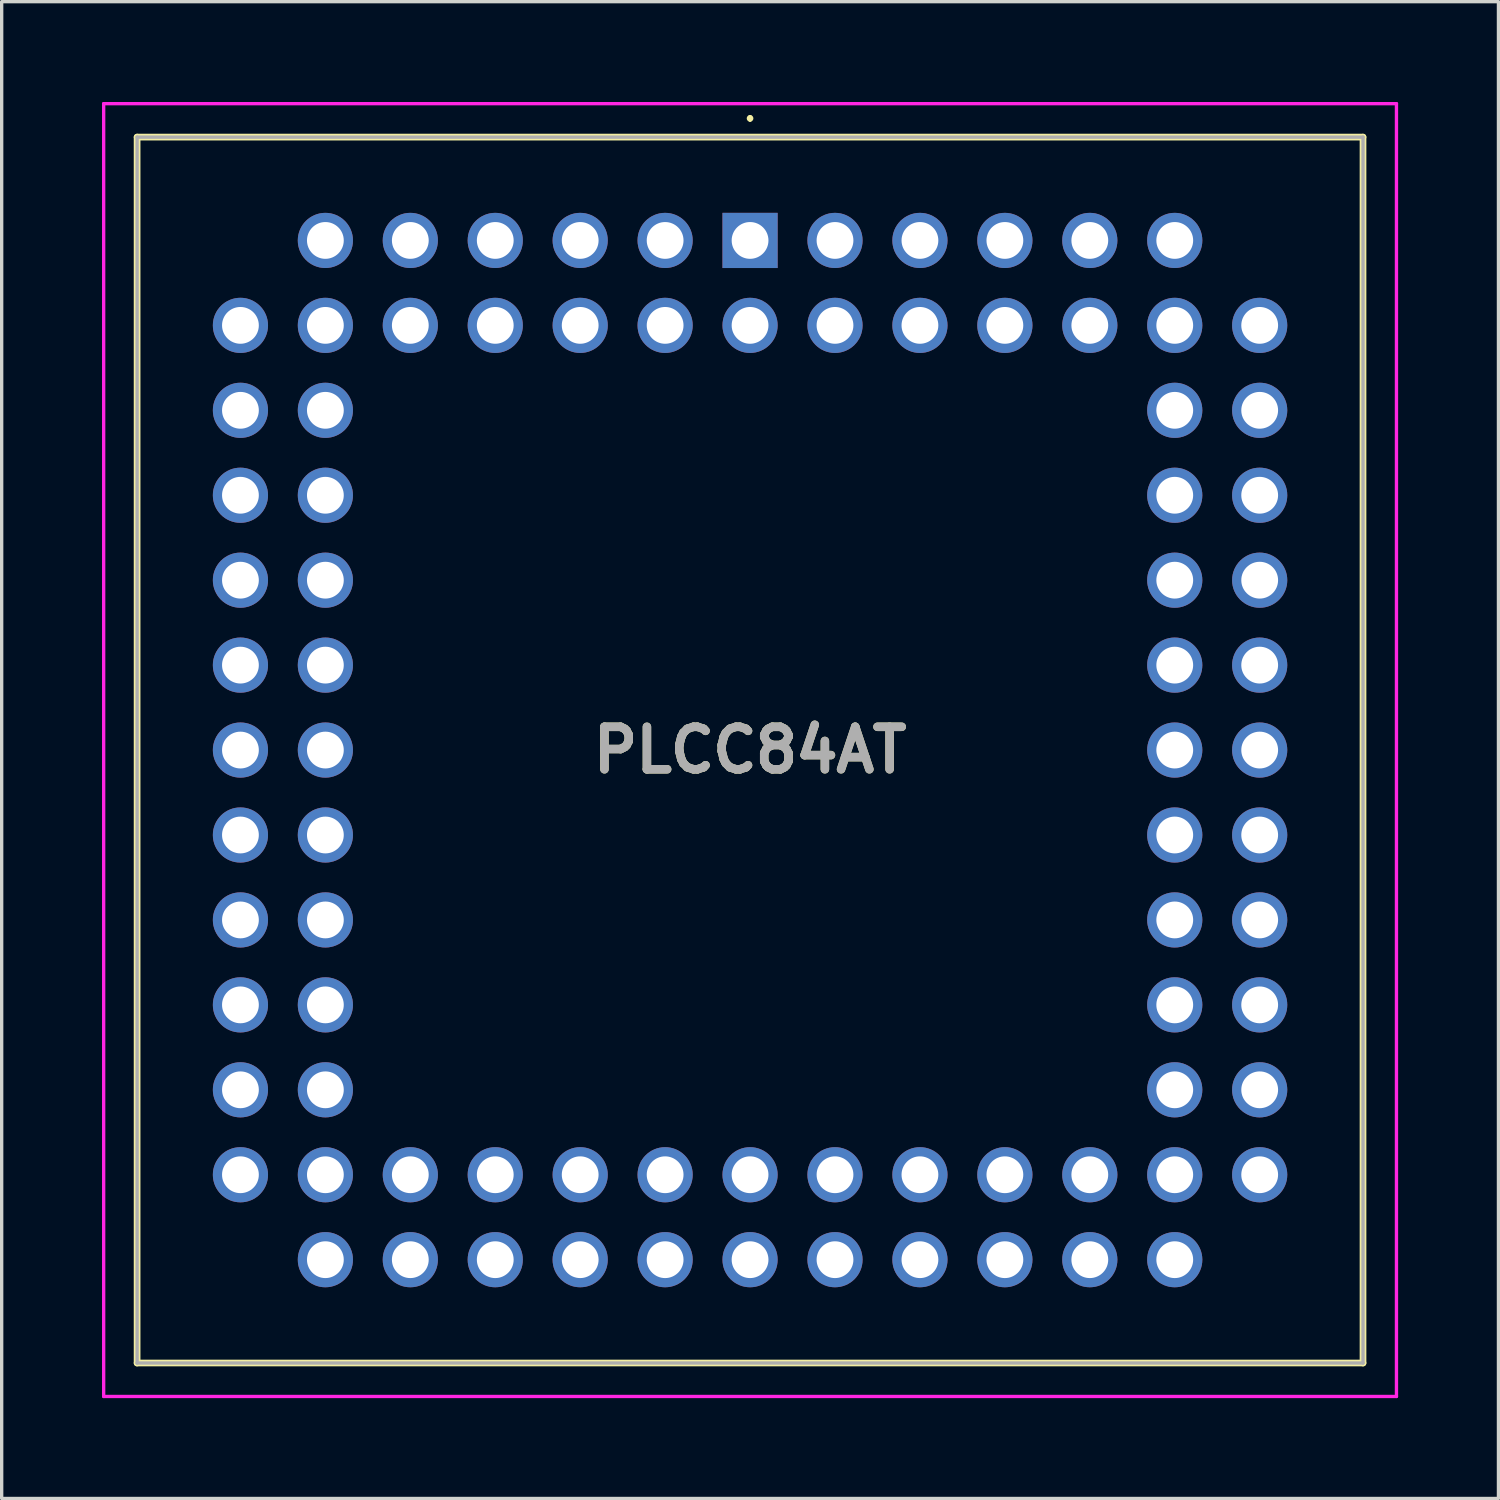
<source format=kicad_pcb>
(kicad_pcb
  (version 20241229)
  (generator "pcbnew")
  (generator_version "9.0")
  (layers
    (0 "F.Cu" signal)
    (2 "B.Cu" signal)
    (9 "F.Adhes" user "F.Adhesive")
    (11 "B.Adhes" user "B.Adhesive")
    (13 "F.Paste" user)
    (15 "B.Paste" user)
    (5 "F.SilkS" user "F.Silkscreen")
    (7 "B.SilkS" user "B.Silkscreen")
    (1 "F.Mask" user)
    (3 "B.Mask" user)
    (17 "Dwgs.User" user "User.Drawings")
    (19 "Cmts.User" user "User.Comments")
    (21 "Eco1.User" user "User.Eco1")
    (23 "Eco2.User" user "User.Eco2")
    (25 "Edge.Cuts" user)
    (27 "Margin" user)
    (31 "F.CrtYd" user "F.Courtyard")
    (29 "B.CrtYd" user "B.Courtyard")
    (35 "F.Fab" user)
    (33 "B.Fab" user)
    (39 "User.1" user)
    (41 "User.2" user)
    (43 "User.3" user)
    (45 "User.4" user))
  (footprint "PLCC84AT"
    (layer "F.Cu")
    (at 19.38 4.14)
    (property "Reference" "PLCC84AT" (at 0 15.24 0) (layer "F.SilkS") (effects (font (size 1.27 1.27) (thickness 0.254))))
    (attr through_hole)
    (fp_line (start -18.33 -3.09) (end 18.33 -3.09) (stroke (width 0.2) (type solid)) (layer "F.SilkS"))
    (fp_line (start -18.33 33.57) (end -18.33 -3.09) (stroke (width 0.2) (type solid)) (layer "F.SilkS"))
    (fp_line (start 0 -3.7) (end 0 -3.7) (stroke (width 0.1) (type solid)) (layer "F.SilkS"))
    (fp_line (start 0 -3.6) (end 0 -3.6) (stroke (width 0.1) (type solid)) (layer "F.SilkS"))
    (fp_line (start 18.33 -3.09) (end 18.33 33.57) (stroke (width 0.2) (type solid)) (layer "F.SilkS"))
    (fp_line (start 18.33 33.57) (end -18.33 33.57) (stroke (width 0.2) (type solid)) (layer "F.SilkS"))
    (fp_arc (start 0 -3.7) (mid 0.05 -3.65) (end 0 -3.6) (stroke (width 0.1) (type solid)) (layer "F.SilkS"))
    (fp_arc (start 0 -3.6) (mid -0.05 -3.65) (end 0 -3.7) (stroke (width 0.1) (type solid)) (layer "F.SilkS"))
    (fp_line (start -19.33 -4.09) (end 19.33 -4.09) (stroke (width 0.1) (type solid)) (layer "F.CrtYd"))
    (fp_line (start -19.33 34.57) (end -19.33 -4.09) (stroke (width 0.1) (type solid)) (layer "F.CrtYd"))
    (fp_line (start 19.33 -4.09) (end 19.33 34.57) (stroke (width 0.1) (type solid)) (layer "F.CrtYd"))
    (fp_line (start 19.33 34.57) (end -19.33 34.57) (stroke (width 0.1) (type solid)) (layer "F.CrtYd"))
    (fp_line (start -18.33 -3.09) (end 18.33 -3.09) (stroke (width 0.1) (type solid)) (layer "F.Fab"))
    (fp_line (start -18.33 33.57) (end -18.33 -3.09) (stroke (width 0.1) (type solid)) (layer "F.Fab"))
    (fp_line (start 18.33 -3.09) (end 18.33 33.57) (stroke (width 0.1) (type solid)) (layer "F.Fab"))
    (fp_line (start 18.33 33.57) (end -18.33 33.57) (stroke (width 0.1) (type solid)) (layer "F.Fab"))
    (fp_text user "${REFERENCE}" (at 0 15.24 0) (layer "F.Fab") (effects (font (size 1.27 1.27) (thickness 0.254))))
    (pad "1" thru_hole rect (at 0 0) (size 1.65 1.65) (drill 1.1) (layers "*.Cu" "*.Mask"))
    (pad "2" thru_hole circle (at 0 2.54) (size 1.65 1.65) (drill 1.1) (layers "*.Cu" "*.Mask"))
    (pad "3" thru_hole circle (at -2.54 0) (size 1.65 1.65) (drill 1.1) (layers "*.Cu" "*.Mask"))
    (pad "4" thru_hole circle (at -2.54 2.54) (size 1.65 1.65) (drill 1.1) (layers "*.Cu" "*.Mask"))
    (pad "5" thru_hole circle (at -5.08 0) (size 1.65 1.65) (drill 1.1) (layers "*.Cu" "*.Mask"))
    (pad "6" thru_hole circle (at -5.08 2.54) (size 1.65 1.65) (drill 1.1) (layers "*.Cu" "*.Mask"))
    (pad "7" thru_hole circle (at -7.62 0) (size 1.65 1.65) (drill 1.1) (layers "*.Cu" "*.Mask"))
    (pad "8" thru_hole circle (at -7.62 2.54) (size 1.65 1.65) (drill 1.1) (layers "*.Cu" "*.Mask"))
    (pad "9" thru_hole circle (at -10.16 0) (size 1.65 1.65) (drill 1.1) (layers "*.Cu" "*.Mask"))
    (pad "10" thru_hole circle (at -10.16 2.54) (size 1.65 1.65) (drill 1.1) (layers "*.Cu" "*.Mask"))
    (pad "11" thru_hole circle (at -12.7 0) (size 1.65 1.65) (drill 1.1) (layers "*.Cu" "*.Mask"))
    (pad "12" thru_hole circle (at -15.24 2.54) (size 1.65 1.65) (drill 1.1) (layers "*.Cu" "*.Mask"))
    (pad "13" thru_hole circle (at -12.7 2.54) (size 1.65 1.65) (drill 1.1) (layers "*.Cu" "*.Mask"))
    (pad "14" thru_hole circle (at -15.24 5.08) (size 1.65 1.65) (drill 1.1) (layers "*.Cu" "*.Mask"))
    (pad "15" thru_hole circle (at -12.7 5.08) (size 1.65 1.65) (drill 1.1) (layers "*.Cu" "*.Mask"))
    (pad "16" thru_hole circle (at -15.24 7.62) (size 1.65 1.65) (drill 1.1) (layers "*.Cu" "*.Mask"))
    (pad "17" thru_hole circle (at -12.7 7.62) (size 1.65 1.65) (drill 1.1) (layers "*.Cu" "*.Mask"))
    (pad "18" thru_hole circle (at -15.24 10.16) (size 1.65 1.65) (drill 1.1) (layers "*.Cu" "*.Mask"))
    (pad "19" thru_hole circle (at -12.7 10.16) (size 1.65 1.65) (drill 1.1) (layers "*.Cu" "*.Mask"))
    (pad "20" thru_hole circle (at -15.24 12.7) (size 1.65 1.65) (drill 1.1) (layers "*.Cu" "*.Mask"))
    (pad "21" thru_hole circle (at -12.7 12.7) (size 1.65 1.65) (drill 1.1) (layers "*.Cu" "*.Mask"))
    (pad "22" thru_hole circle (at -15.24 15.24) (size 1.65 1.65) (drill 1.1) (layers "*.Cu" "*.Mask"))
    (pad "23" thru_hole circle (at -12.7 15.24) (size 1.65 1.65) (drill 1.1) (layers "*.Cu" "*.Mask"))
    (pad "24" thru_hole circle (at -15.24 17.78) (size 1.65 1.65) (drill 1.1) (layers "*.Cu" "*.Mask"))
    (pad "25" thru_hole circle (at -12.7 17.78) (size 1.65 1.65) (drill 1.1) (layers "*.Cu" "*.Mask"))
    (pad "26" thru_hole circle (at -15.24 20.32) (size 1.65 1.65) (drill 1.1) (layers "*.Cu" "*.Mask"))
    (pad "27" thru_hole circle (at -12.7 20.32) (size 1.65 1.65) (drill 1.1) (layers "*.Cu" "*.Mask"))
    (pad "28" thru_hole circle (at -15.24 22.86) (size 1.65 1.65) (drill 1.1) (layers "*.Cu" "*.Mask"))
    (pad "29" thru_hole circle (at -12.7 22.86) (size 1.65 1.65) (drill 1.1) (layers "*.Cu" "*.Mask"))
    (pad "30" thru_hole circle (at -15.24 25.4) (size 1.65 1.65) (drill 1.1) (layers "*.Cu" "*.Mask"))
    (pad "31" thru_hole circle (at -12.7 25.4) (size 1.65 1.65) (drill 1.1) (layers "*.Cu" "*.Mask"))
    (pad "32" thru_hole circle (at -15.24 27.94) (size 1.65 1.65) (drill 1.1) (layers "*.Cu" "*.Mask"))
    (pad "33" thru_hole circle (at -12.7 30.48) (size 1.65 1.65) (drill 1.1) (layers "*.Cu" "*.Mask"))
    (pad "34" thru_hole circle (at -12.7 27.94) (size 1.65 1.65) (drill 1.1) (layers "*.Cu" "*.Mask"))
    (pad "35" thru_hole circle (at -10.16 30.48) (size 1.65 1.65) (drill 1.1) (layers "*.Cu" "*.Mask"))
    (pad "36" thru_hole circle (at -10.16 27.94) (size 1.65 1.65) (drill 1.1) (layers "*.Cu" "*.Mask"))
    (pad "37" thru_hole circle (at -7.62 30.48) (size 1.65 1.65) (drill 1.1) (layers "*.Cu" "*.Mask"))
    (pad "38" thru_hole circle (at -7.62 27.94) (size 1.65 1.65) (drill 1.1) (layers "*.Cu" "*.Mask"))
    (pad "39" thru_hole circle (at -5.08 30.48) (size 1.65 1.65) (drill 1.1) (layers "*.Cu" "*.Mask"))
    (pad "40" thru_hole circle (at -5.08 27.94) (size 1.65 1.65) (drill 1.1) (layers "*.Cu" "*.Mask"))
    (pad "41" thru_hole circle (at -2.54 30.48) (size 1.65 1.65) (drill 1.1) (layers "*.Cu" "*.Mask"))
    (pad "42" thru_hole circle (at -2.54 27.94) (size 1.65 1.65) (drill 1.1) (layers "*.Cu" "*.Mask"))
    (pad "43" thru_hole circle (at 0 30.48) (size 1.65 1.65) (drill 1.1) (layers "*.Cu" "*.Mask"))
    (pad "44" thru_hole circle (at 0 27.94) (size 1.65 1.65) (drill 1.1) (layers "*.Cu" "*.Mask"))
    (pad "45" thru_hole circle (at 2.54 30.48) (size 1.65 1.65) (drill 1.1) (layers "*.Cu" "*.Mask"))
    (pad "46" thru_hole circle (at 2.54 27.94) (size 1.65 1.65) (drill 1.1) (layers "*.Cu" "*.Mask"))
    (pad "47" thru_hole circle (at 5.08 30.48) (size 1.65 1.65) (drill 1.1) (layers "*.Cu" "*.Mask"))
    (pad "48" thru_hole circle (at 5.08 27.94) (size 1.65 1.65) (drill 1.1) (layers "*.Cu" "*.Mask"))
    (pad "49" thru_hole circle (at 7.62 30.48) (size 1.65 1.65) (drill 1.1) (layers "*.Cu" "*.Mask"))
    (pad "50" thru_hole circle (at 7.62 27.94) (size 1.65 1.65) (drill 1.1) (layers "*.Cu" "*.Mask"))
    (pad "51" thru_hole circle (at 10.16 30.48) (size 1.65 1.65) (drill 1.1) (layers "*.Cu" "*.Mask"))
    (pad "52" thru_hole circle (at 10.16 27.94) (size 1.65 1.65) (drill 1.1) (layers "*.Cu" "*.Mask"))
    (pad "53" thru_hole circle (at 12.7 30.48) (size 1.65 1.65) (drill 1.1) (layers "*.Cu" "*.Mask"))
    (pad "54" thru_hole circle (at 15.24 27.94) (size 1.65 1.65) (drill 1.1) (layers "*.Cu" "*.Mask"))
    (pad "55" thru_hole circle (at 12.7 27.94) (size 1.65 1.65) (drill 1.1) (layers "*.Cu" "*.Mask"))
    (pad "56" thru_hole circle (at 15.24 25.4) (size 1.65 1.65) (drill 1.1) (layers "*.Cu" "*.Mask"))
    (pad "57" thru_hole circle (at 12.7 25.4) (size 1.65 1.65) (drill 1.1) (layers "*.Cu" "*.Mask"))
    (pad "58" thru_hole circle (at 15.24 22.86) (size 1.65 1.65) (drill 1.1) (layers "*.Cu" "*.Mask"))
    (pad "59" thru_hole circle (at 12.7 22.86) (size 1.65 1.65) (drill 1.1) (layers "*.Cu" "*.Mask"))
    (pad "60" thru_hole circle (at 15.24 20.32) (size 1.65 1.65) (drill 1.1) (layers "*.Cu" "*.Mask"))
    (pad "61" thru_hole circle (at 12.7 20.32) (size 1.65 1.65) (drill 1.1) (layers "*.Cu" "*.Mask"))
    (pad "62" thru_hole circle (at 15.24 17.78) (size 1.65 1.65) (drill 1.1) (layers "*.Cu" "*.Mask"))
    (pad "63" thru_hole circle (at 12.7 17.78) (size 1.65 1.65) (drill 1.1) (layers "*.Cu" "*.Mask"))
    (pad "64" thru_hole circle (at 15.24 15.24) (size 1.65 1.65) (drill 1.1) (layers "*.Cu" "*.Mask"))
    (pad "65" thru_hole circle (at 12.7 15.24) (size 1.65 1.65) (drill 1.1) (layers "*.Cu" "*.Mask"))
    (pad "66" thru_hole circle (at 15.24 12.7) (size 1.65 1.65) (drill 1.1) (layers "*.Cu" "*.Mask"))
    (pad "67" thru_hole circle (at 12.7 12.7) (size 1.65 1.65) (drill 1.1) (layers "*.Cu" "*.Mask"))
    (pad "68" thru_hole circle (at 15.24 10.16) (size 1.65 1.65) (drill 1.1) (layers "*.Cu" "*.Mask"))
    (pad "69" thru_hole circle (at 12.7 10.16) (size 1.65 1.65) (drill 1.1) (layers "*.Cu" "*.Mask"))
    (pad "70" thru_hole circle (at 15.24 7.62) (size 1.65 1.65) (drill 1.1) (layers "*.Cu" "*.Mask"))
    (pad "71" thru_hole circle (at 12.7 7.62) (size 1.65 1.65) (drill 1.1) (layers "*.Cu" "*.Mask"))
    (pad "72" thru_hole circle (at 15.24 5.08) (size 1.65 1.65) (drill 1.1) (layers "*.Cu" "*.Mask"))
    (pad "73" thru_hole circle (at 12.7 5.08) (size 1.65 1.65) (drill 1.1) (layers "*.Cu" "*.Mask"))
    (pad "74" thru_hole circle (at 15.24 2.54) (size 1.65 1.65) (drill 1.1) (layers "*.Cu" "*.Mask"))
    (pad "75" thru_hole circle (at 12.7 0) (size 1.65 1.65) (drill 1.1) (layers "*.Cu" "*.Mask"))
    (pad "76" thru_hole circle (at 12.7 2.54) (size 1.65 1.65) (drill 1.1) (layers "*.Cu" "*.Mask"))
    (pad "77" thru_hole circle (at 10.16 0) (size 1.65 1.65) (drill 1.1) (layers "*.Cu" "*.Mask"))
    (pad "78" thru_hole circle (at 10.16 2.54) (size 1.65 1.65) (drill 1.1) (layers "*.Cu" "*.Mask"))
    (pad "79" thru_hole circle (at 7.62 0) (size 1.65 1.65) (drill 1.1) (layers "*.Cu" "*.Mask"))
    (pad "80" thru_hole circle (at 7.62 2.54) (size 1.65 1.65) (drill 1.1) (layers "*.Cu" "*.Mask"))
    (pad "81" thru_hole circle (at 5.08 0) (size 1.65 1.65) (drill 1.1) (layers "*.Cu" "*.Mask"))
    (pad "82" thru_hole circle (at 5.08 2.54) (size 1.65 1.65) (drill 1.1) (layers "*.Cu" "*.Mask"))
    (pad "83" thru_hole circle (at 2.54 0) (size 1.65 1.65) (drill 1.1) (layers "*.Cu" "*.Mask"))
    (pad "84" thru_hole circle (at 2.54 2.54) (size 1.65 1.65) (drill 1.1) (layers "*.Cu" "*.Mask")))
  (gr_rect
    (start -3 -3)
    (end 41.76 41.76)
    (stroke (width 0.1) (type default))
    (fill no)
    (layer "Edge.Cuts")))
</source>
